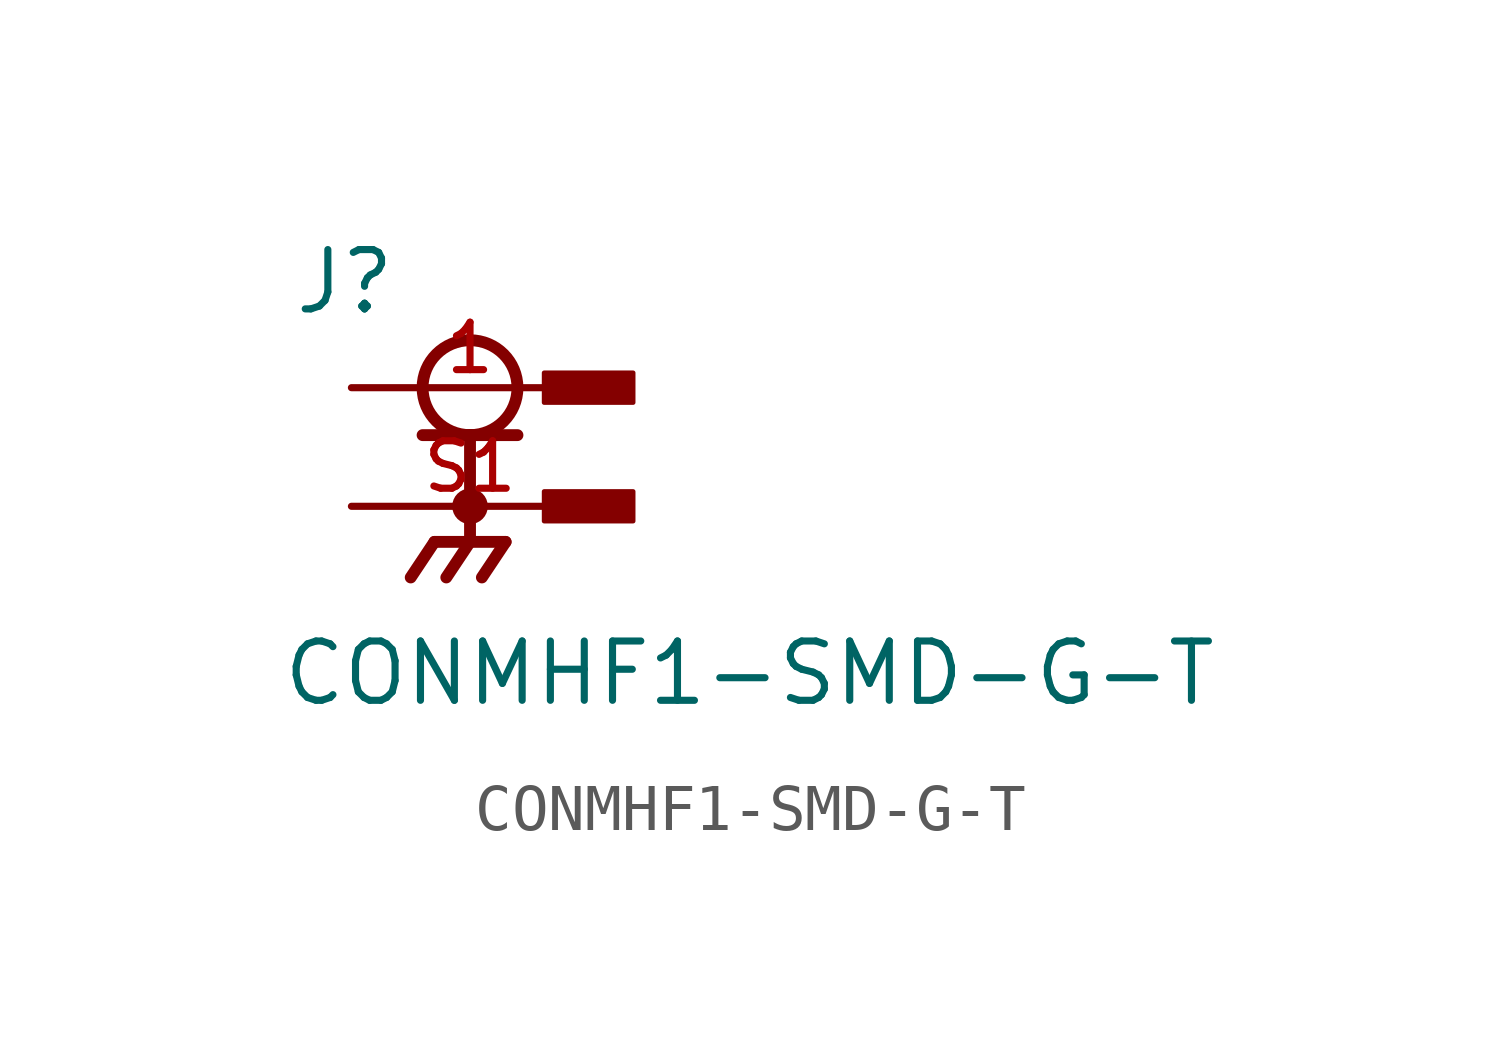
<source format=kicad_sym>
(kicad_symbol_lib
  (version 20211014)
  (generator kicad_symbol_editor)
  (symbol "CONMHF1-SMD-G-T"
    (pin_names
      (offset 1.016))
    (property "Reference" "J"
      (at -3.81 1.524 0)
      (effects (font (size 1.27 1.27)) (justify bottom left)))
    (property "Value" "CONMHF1-SMD-G-T"
      (at -4.064 -6.858 0)
      (effects (font (size 1.27 1.27)) (justify bottom left)))
    (symbol "CONMHF1-SMD-G-T_0_0"
      (circle (center 0.0 0.0) (radius 1.016) (stroke (width 0.254)) (fill (type none)))
      (polyline (pts (xy -1.016 -1.016) (xy 0.0 -1.016)) (stroke (width 0.254)))
      (polyline (pts (xy 0.0 -1.016) (xy 1.016 -1.016)) (stroke (width 0.254)))
      (polyline (pts (xy 0.0 -1.016) (xy 0.0 -3.302)) (stroke (width 0.254)))
      (circle (center 0.0 -2.54) (radius 0.254) (stroke (width 0.254)) (fill (type none)))
      (polyline (pts (xy 0.0 -3.302) (xy -0.762 -3.302)) (stroke (width 0.254)))
      (polyline (pts (xy 0.0 -3.302) (xy 0.762 -3.302)) (stroke (width 0.254)))
      (polyline (pts (xy -0.762 -3.302) (xy -1.27 -4.064)) (stroke (width 0.254)))
      (polyline (pts (xy 0.0 -3.302) (xy -0.508 -4.064)) (stroke (width 0.254)))
      (polyline (pts (xy 0.762 -3.302) (xy 0.254 -4.064)) (stroke (width 0.254)))
      (rectangle (start 1.587 -0.318) (end 3.493 0.318) (stroke (width 0.1)) (fill (type outline)))
      (rectangle (start 1.587 -2.857) (end 3.493 -2.223) (stroke (width 0.1)) (fill (type outline)))
      (pin passive line (at -2.54 0.0 0) (length 5.08) (name "~" (effects (font (size 1.016 1.016)))) (number "1" (effects (font (size 1.016 1.016)))))
      (pin passive line (at -2.54 -2.54 0) (length 5.08) (name "~" (effects (font (size 1.016 1.016)))) (number "S1" (effects (font (size 1.016 1.016))))))))
</source>
